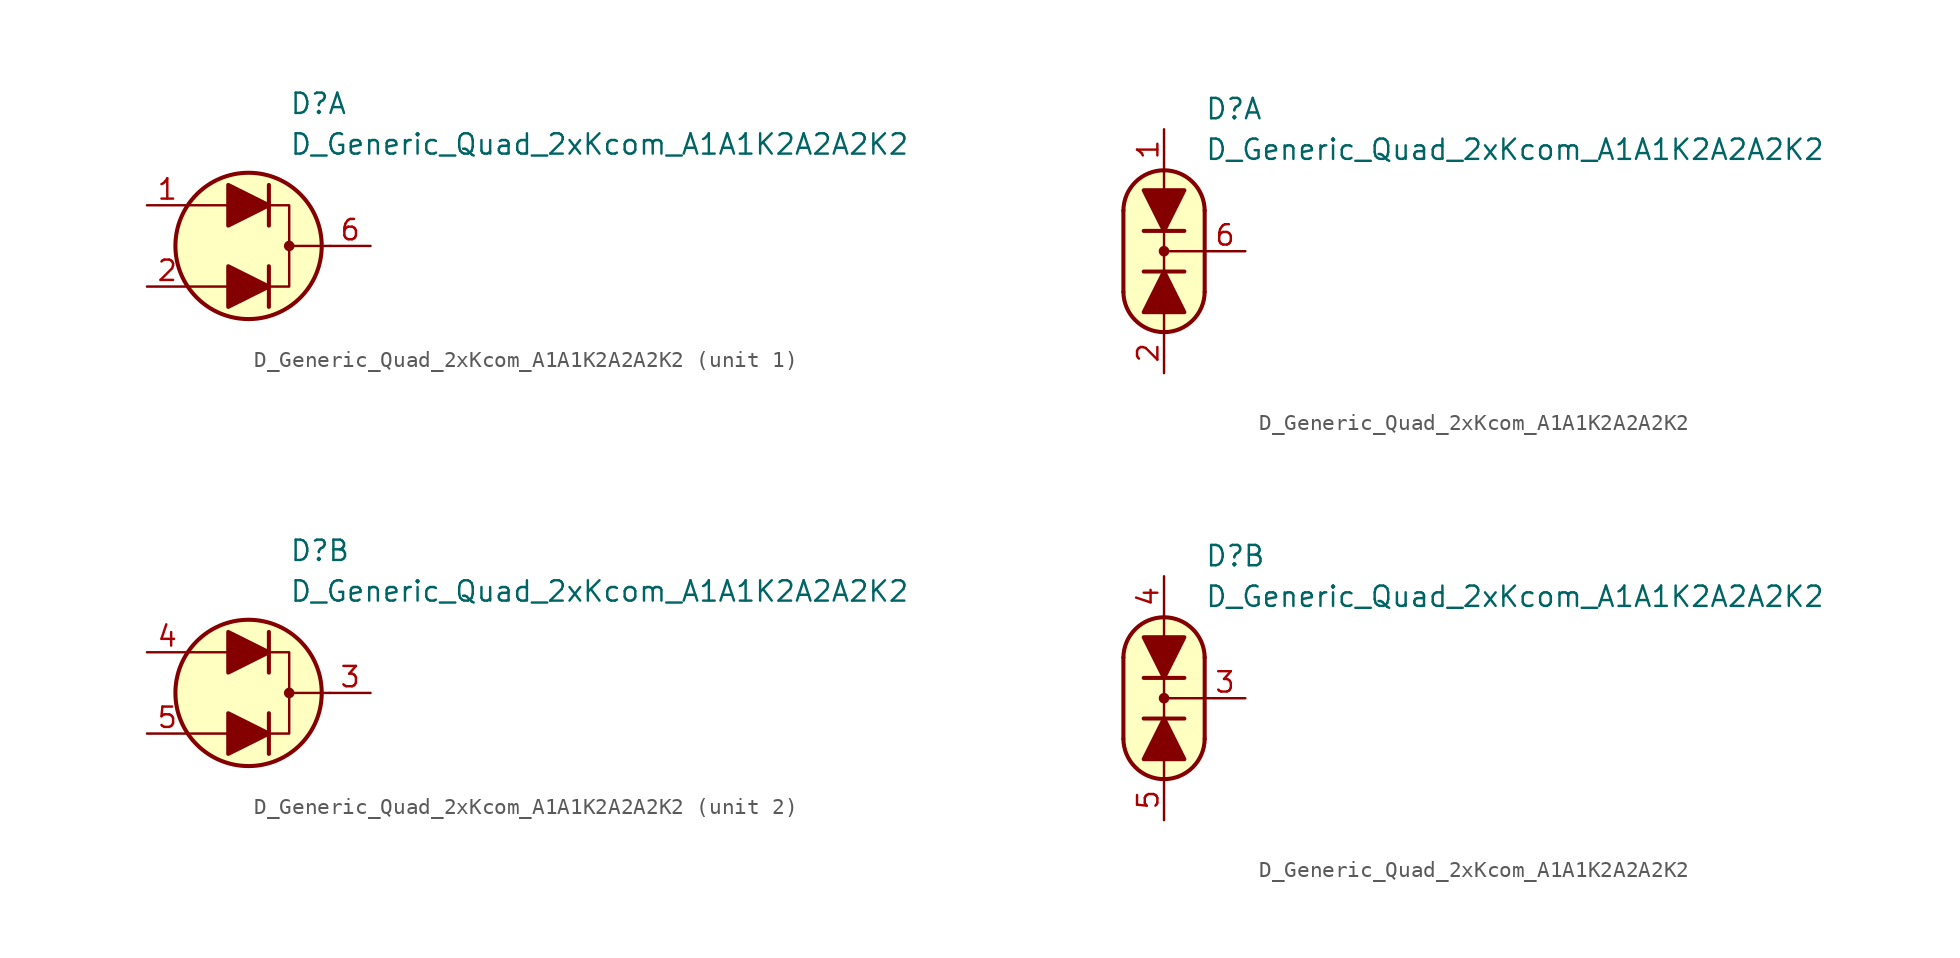
<source format=kicad_sym>
(kicad_symbol_lib
  (version 20231120)
  (generator "kicad_symbol_editor")
  (generator_version "8.0")
  (symbol "D_Generic_Quad_2xKcom_A1A1K2A2A2K2"
    (pin_names
      (offset 1.016) hide)
    (property "Reference" "D"
      (at 2.54 8.89 0)
      (effects (font (size 1.27 1.27)) (justify left)))
    (property "Value" "D_Generic_Quad_2xKcom_A1A1K2A2A2K2"
      (at 2.54 6.35 0)
      (effects (font (size 1.27 1.27)) (justify left)))
    (property "ki_locked" ""
      (at 0 0 0)
      (effects (font (size 1.27 1.27))))
    (symbol "D_Generic_Quad_2xKcom_A1A1K2A2A2K2_0_1"
      (polyline (pts (xy -1.27 -2.54) (xy -3.81 -2.54)) (stroke (width 0) (type default)) (fill (type none)))
      (polyline (pts (xy -1.27 2.54) (xy -3.81 2.54)) (stroke (width 0) (type default)) (fill (type none)))
      (polyline (pts (xy 1.27 -3.81) (xy 1.27 -1.27)) (stroke (width 0.254) (type default)) (fill (type none)))
      (polyline (pts (xy 1.27 1.27) (xy 1.27 3.81)) (stroke (width 0.254) (type default)) (fill (type none)))
      (polyline (pts (xy 5.08 0) (xy 2.54 0)) (stroke (width 0) (type default)) (fill (type none)))
      (polyline (pts (xy 1.27 -2.54) (xy 2.54 -2.54) (xy 2.54 2.54) (xy 1.27 2.54)) (stroke (width 0) (type default)) (fill (type none)))
      (circle (center 0 0) (radius 4.572) (stroke (width 0.254) (type default)) (fill (type background)))
      (circle (center 2.54 0) (radius 0.254) (stroke (width 0) (type default)) (fill (type outline))))
    (symbol "D_Generic_Quad_2xKcom_A1A1K2A2A2K2_1_1"
      (polyline (pts (xy -1.27 -2.54) (xy 1.27 -2.54)) (stroke (width 0) (type default)) (fill (type none)))
      (polyline (pts (xy -1.27 2.54) (xy 1.27 2.54)) (stroke (width 0) (type default)) (fill (type none)))
      (polyline (pts (xy -1.27 -3.81) (xy -1.27 -1.27) (xy 1.27 -2.54) (xy -1.27 -3.81)) (stroke (width 0.254) (type default)) (fill (type outline)))
      (polyline (pts (xy -1.27 1.27) (xy -1.27 3.81) (xy 1.27 2.54) (xy -1.27 1.27)) (stroke (width 0.254) (type default)) (fill (type outline)))
      (pin passive line (at -6.35 2.54 0) (length 2.54) (name "A1" (effects (font (size 1.27 1.27)))) (number "1" (effects (font (size 1.27 1.27)))))
      (pin passive line (at -6.35 -2.54 0) (length 2.54) (name "A1" (effects (font (size 1.27 1.27)))) (number "2" (effects (font (size 1.27 1.27)))))
      (pin passive line (at 7.62 0 180) (length 2.54) (name "K1" (effects (font (size 1.27 1.27)))) (number "6" (effects (font (size 1.27 1.27))))))
    (symbol "D_Generic_Quad_2xKcom_A1A1K2A2A2K2_1_2"
      (arc (start -2.54 -2.54) (mid 0 -5.0576) (end 2.54 -2.54) (stroke (width 0.254) (type default)) (fill (type none)))
      (polyline (pts (xy -2.54 2.54) (xy -2.54 -2.54)) (stroke (width 0.254) (type default)) (fill (type none)))
      (polyline (pts (xy -1.27 -1.27) (xy 1.27 -1.27)) (stroke (width 0.254) (type default)) (fill (type none)))
      (polyline (pts (xy 0 -5.08) (xy 0 -3.81)) (stroke (width 0) (type default)) (fill (type none)))
      (polyline (pts (xy 0 0) (xy 2.54 0)) (stroke (width 0) (type default)) (fill (type none)))
      (polyline (pts (xy 0 1.27) (xy 0 -1.27)) (stroke (width 0) (type default)) (fill (type none)))
      (polyline (pts (xy 0 5.08) (xy 0 3.81)) (stroke (width 0) (type default)) (fill (type none)))
      (polyline (pts (xy 1.27 1.27) (xy -1.27 1.27)) (stroke (width 0.254) (type default)) (fill (type none)))
      (polyline (pts (xy 2.54 -2.54) (xy 2.54 2.54)) (stroke (width 0.254) (type default)) (fill (type none)))
      (polyline (pts (xy -1.27 -3.81) (xy 1.27 -3.81) (xy 0 -1.27) (xy -1.27 -3.81)) (stroke (width 0.254) (type default)) (fill (type outline)))
      (polyline (pts (xy 1.27 3.81) (xy -1.27 3.81) (xy 0 1.27) (xy 1.27 3.81)) (stroke (width 0.254) (type default)) (fill (type outline)))
      (polyline (pts (xy 0 -5.08) (xy -1.016 -4.826) (xy -1.778 -4.318) (xy -2.286 -3.556) (xy -2.54 -3.048) (xy -2.54 2.794) (xy -2.286 3.556) (xy -1.778 4.318) (xy -1.016 4.826) (xy -0.254 5.08) (xy 0.254 5.08) (xy 1.016 4.826) (xy 1.524 4.572) (xy 2.032 4.064) (xy 2.286 3.556) (xy 2.54 2.794) (xy 2.54 -2.794) (xy 2.286 -3.556) (xy 2.032 -4.064) (xy 1.524 -4.572) (xy 1.016 -4.826) (xy 0 -5.08)) (stroke (width 0.01) (type default)) (fill (type background)))
      (circle (center 0 0) (radius 0.254) (stroke (width 0) (type default)) (fill (type outline)))
      (arc (start 2.54 2.54) (mid 0 5.0576) (end -2.54 2.54) (stroke (width 0.254) (type default)) (fill (type none)))
      (pin passive line (at 0 7.62 270) (length 2.54) (name "A1" (effects (font (size 1.27 1.27)))) (number "1" (effects (font (size 1.27 1.27)))))
      (pin passive line (at 0 -7.62 90) (length 2.54) (name "A1" (effects (font (size 1.27 1.27)))) (number "2" (effects (font (size 1.27 1.27)))))
      (pin passive line (at 5.08 0 180) (length 2.54) (name "K1" (effects (font (size 1.27 1.27)))) (number "6" (effects (font (size 1.27 1.27))))))
    (symbol "D_Generic_Quad_2xKcom_A1A1K2A2A2K2_2_1"
      (polyline (pts (xy -1.27 -2.54) (xy 1.27 -2.54)) (stroke (width 0) (type default)) (fill (type none)))
      (polyline (pts (xy -1.27 2.54) (xy 1.27 2.54)) (stroke (width 0) (type default)) (fill (type none)))
      (polyline (pts (xy -1.27 -3.81) (xy -1.27 -1.27) (xy 1.27 -2.54) (xy -1.27 -3.81)) (stroke (width 0.254) (type default)) (fill (type outline)))
      (polyline (pts (xy -1.27 1.27) (xy -1.27 3.81) (xy 1.27 2.54) (xy -1.27 1.27)) (stroke (width 0.254) (type default)) (fill (type outline)))
      (pin passive line (at 7.62 0 180) (length 2.54) (name "K2" (effects (font (size 1.27 1.27)))) (number "3" (effects (font (size 1.27 1.27)))))
      (pin passive line (at -6.35 2.54 0) (length 2.54) (name "A2" (effects (font (size 1.27 1.27)))) (number "4" (effects (font (size 1.27 1.27)))))
      (pin passive line (at -6.35 -2.54 0) (length 2.54) (name "A2" (effects (font (size 1.27 1.27)))) (number "5" (effects (font (size 1.27 1.27))))))
    (symbol "D_Generic_Quad_2xKcom_A1A1K2A2A2K2_2_2"
      (arc (start -2.54 -2.54) (mid 0 -5.0576) (end 2.54 -2.54) (stroke (width 0.254) (type default)) (fill (type none)))
      (polyline (pts (xy -2.54 2.54) (xy -2.54 -2.54)) (stroke (width 0.254) (type default)) (fill (type none)))
      (polyline (pts (xy -1.27 -1.27) (xy 1.27 -1.27)) (stroke (width 0.254) (type default)) (fill (type none)))
      (polyline (pts (xy 0 -5.08) (xy 0 -3.81)) (stroke (width 0) (type default)) (fill (type none)))
      (polyline (pts (xy 0 0) (xy 2.54 0)) (stroke (width 0) (type default)) (fill (type none)))
      (polyline (pts (xy 0 1.27) (xy 0 -1.27)) (stroke (width 0) (type default)) (fill (type none)))
      (polyline (pts (xy 0 5.08) (xy 0 3.81)) (stroke (width 0) (type default)) (fill (type none)))
      (polyline (pts (xy 1.27 1.27) (xy -1.27 1.27)) (stroke (width 0.254) (type default)) (fill (type none)))
      (polyline (pts (xy 2.54 -2.54) (xy 2.54 2.54)) (stroke (width 0.254) (type default)) (fill (type none)))
      (polyline (pts (xy -1.27 -3.81) (xy 1.27 -3.81) (xy 0 -1.27) (xy -1.27 -3.81)) (stroke (width 0.254) (type default)) (fill (type outline)))
      (polyline (pts (xy 1.27 3.81) (xy -1.27 3.81) (xy 0 1.27) (xy 1.27 3.81)) (stroke (width 0.254) (type default)) (fill (type outline)))
      (polyline (pts (xy 0 -5.08) (xy -1.016 -4.826) (xy -1.778 -4.318) (xy -2.286 -3.556) (xy -2.54 -3.048) (xy -2.54 2.794) (xy -2.286 3.556) (xy -1.778 4.318) (xy -1.016 4.826) (xy -0.254 5.08) (xy 0.254 5.08) (xy 1.016 4.826) (xy 1.524 4.572) (xy 2.032 4.064) (xy 2.286 3.556) (xy 2.54 2.794) (xy 2.54 -2.794) (xy 2.286 -3.556) (xy 2.032 -4.064) (xy 1.524 -4.572) (xy 1.016 -4.826) (xy 0 -5.08)) (stroke (width 0.01) (type default)) (fill (type background)))
      (circle (center 0 0) (radius 0.254) (stroke (width 0) (type default)) (fill (type outline)))
      (arc (start 2.54 2.54) (mid 0 5.0576) (end -2.54 2.54) (stroke (width 0.254) (type default)) (fill (type none)))
      (pin passive line (at 5.08 0 180) (length 2.54) (name "K2" (effects (font (size 1.27 1.27)))) (number "3" (effects (font (size 1.27 1.27)))))
      (pin passive line (at 0 7.62 270) (length 2.54) (name "A2" (effects (font (size 1.27 1.27)))) (number "4" (effects (font (size 1.27 1.27)))))
      (pin passive line (at 0 -7.62 90) (length 2.54) (name "A2" (effects (font (size 1.27 1.27)))) (number "5" (effects (font (size 1.27 1.27))))))))
</source>
